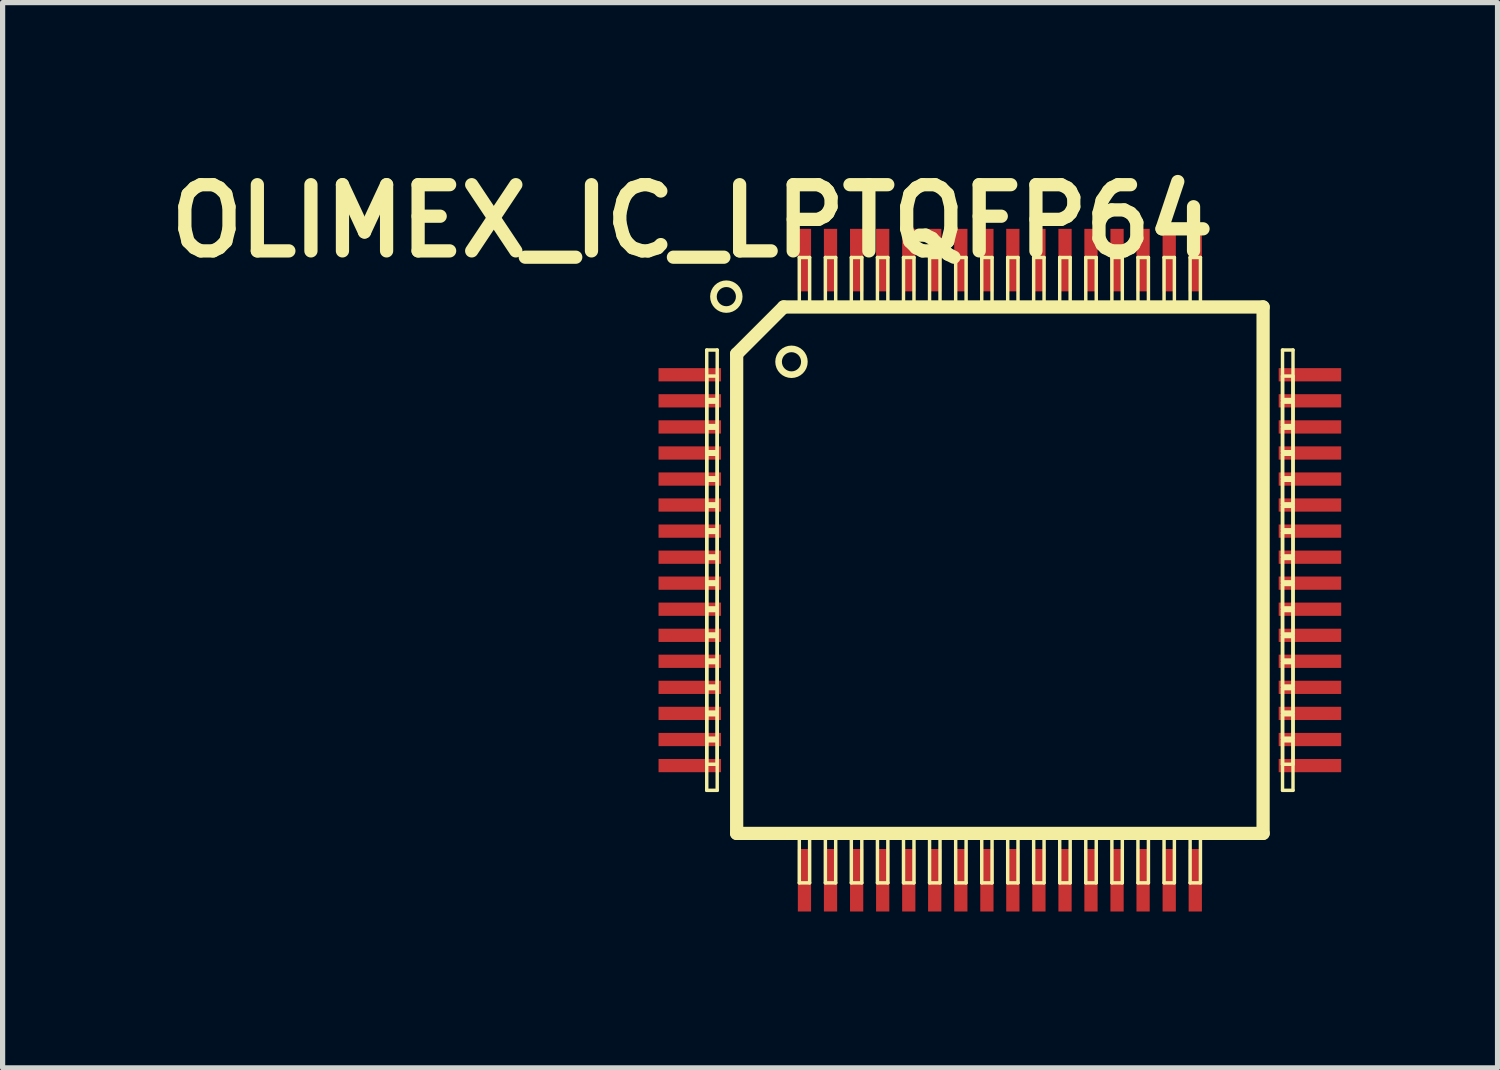
<source format=kicad_pcb>
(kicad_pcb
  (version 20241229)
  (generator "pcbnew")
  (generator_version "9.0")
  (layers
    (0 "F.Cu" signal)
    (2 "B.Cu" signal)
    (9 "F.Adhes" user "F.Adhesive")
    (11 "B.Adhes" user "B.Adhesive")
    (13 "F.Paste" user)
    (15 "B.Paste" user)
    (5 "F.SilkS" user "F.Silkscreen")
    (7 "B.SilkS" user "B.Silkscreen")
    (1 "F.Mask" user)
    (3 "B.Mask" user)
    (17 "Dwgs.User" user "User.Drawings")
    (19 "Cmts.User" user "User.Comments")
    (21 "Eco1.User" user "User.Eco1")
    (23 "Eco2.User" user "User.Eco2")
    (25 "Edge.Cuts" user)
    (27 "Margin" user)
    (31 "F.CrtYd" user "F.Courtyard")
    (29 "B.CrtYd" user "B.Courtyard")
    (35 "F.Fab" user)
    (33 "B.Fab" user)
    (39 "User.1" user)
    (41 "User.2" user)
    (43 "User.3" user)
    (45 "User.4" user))
  (footprint "OLIMEX_IC_LPTQFP64"
    (placed yes)
    (layer "F.Cu")
    (at 16.133 7.889)
    (property "Reference" "OLIMEX_IC_LPTQFP64" (at -5.9 -6.7 0) (layer "F.SilkS") (effects (font (size 1.27 1.27) (thickness 0.254))))
    (attr smd)
    (fp_line (start -5.624 -4.224) (end -5.423 -4.224) (stroke (width 0.066) (type solid)) (layer "F.SilkS"))
    (fp_line (start -5.624 -3.724) (end -5.423 -3.724) (stroke (width 0.066) (type solid)) (layer "F.SilkS"))
    (fp_line (start -5.624 -3.274) (end -5.624 -4.224) (stroke (width 0.066) (type solid)) (layer "F.SilkS"))
    (fp_line (start -5.624 -3.274) (end -5.423 -3.274) (stroke (width 0.066) (type solid)) (layer "F.SilkS"))
    (fp_line (start -5.624 -3.223) (end -5.423 -3.223) (stroke (width 0.066) (type solid)) (layer "F.SilkS"))
    (fp_line (start -5.624 -2.774) (end -5.624 -3.724) (stroke (width 0.066) (type solid)) (layer "F.SilkS"))
    (fp_line (start -5.624 -2.774) (end -5.423 -2.774) (stroke (width 0.066) (type solid)) (layer "F.SilkS"))
    (fp_line (start -5.624 -2.723) (end -5.423 -2.723) (stroke (width 0.066) (type solid)) (layer "F.SilkS"))
    (fp_line (start -5.624 -2.273) (end -5.624 -3.223) (stroke (width 0.066) (type solid)) (layer "F.SilkS"))
    (fp_line (start -5.624 -2.273) (end -5.423 -2.273) (stroke (width 0.066) (type solid)) (layer "F.SilkS"))
    (fp_line (start -5.624 -2.223) (end -5.423 -2.223) (stroke (width 0.066) (type solid)) (layer "F.SilkS"))
    (fp_line (start -5.624 -1.773) (end -5.624 -2.723) (stroke (width 0.066) (type solid)) (layer "F.SilkS"))
    (fp_line (start -5.624 -1.773) (end -5.423 -1.773) (stroke (width 0.066) (type solid)) (layer "F.SilkS"))
    (fp_line (start -5.624 -1.725) (end -5.423 -1.725) (stroke (width 0.066) (type solid)) (layer "F.SilkS"))
    (fp_line (start -5.624 -1.273) (end -5.624 -2.223) (stroke (width 0.066) (type solid)) (layer "F.SilkS"))
    (fp_line (start -5.624 -1.273) (end -5.423 -1.273) (stroke (width 0.066) (type solid)) (layer "F.SilkS"))
    (fp_line (start -5.624 -1.224) (end -5.423 -1.224) (stroke (width 0.066) (type solid)) (layer "F.SilkS"))
    (fp_line (start -5.624 -0.775) (end -5.624 -1.725) (stroke (width 0.066) (type solid)) (layer "F.SilkS"))
    (fp_line (start -5.624 -0.775) (end -5.423 -0.775) (stroke (width 0.066) (type solid)) (layer "F.SilkS"))
    (fp_line (start -5.624 -0.724) (end -5.423 -0.724) (stroke (width 0.066) (type solid)) (layer "F.SilkS"))
    (fp_line (start -5.624 -0.274) (end -5.624 -1.224) (stroke (width 0.066) (type solid)) (layer "F.SilkS"))
    (fp_line (start -5.624 -0.274) (end -5.423 -0.274) (stroke (width 0.066) (type solid)) (layer "F.SilkS"))
    (fp_line (start -5.624 -0.224) (end -5.423 -0.224) (stroke (width 0.066) (type solid)) (layer "F.SilkS"))
    (fp_line (start -5.624 0.224) (end -5.624 -0.724) (stroke (width 0.066) (type solid)) (layer "F.SilkS"))
    (fp_line (start -5.624 0.224) (end -5.423 0.224) (stroke (width 0.066) (type solid)) (layer "F.SilkS"))
    (fp_line (start -5.624 0.274) (end -5.423 0.274) (stroke (width 0.066) (type solid)) (layer "F.SilkS"))
    (fp_line (start -5.624 0.724) (end -5.624 -0.224) (stroke (width 0.066) (type solid)) (layer "F.SilkS"))
    (fp_line (start -5.624 0.724) (end -5.423 0.724) (stroke (width 0.066) (type solid)) (layer "F.SilkS"))
    (fp_line (start -5.624 0.775) (end -5.423 0.775) (stroke (width 0.066) (type solid)) (layer "F.SilkS"))
    (fp_line (start -5.624 1.224) (end -5.624 0.274) (stroke (width 0.066) (type solid)) (layer "F.SilkS"))
    (fp_line (start -5.624 1.224) (end -5.423 1.224) (stroke (width 0.066) (type solid)) (layer "F.SilkS"))
    (fp_line (start -5.624 1.273) (end -5.423 1.273) (stroke (width 0.066) (type solid)) (layer "F.SilkS"))
    (fp_line (start -5.624 1.725) (end -5.624 0.775) (stroke (width 0.066) (type solid)) (layer "F.SilkS"))
    (fp_line (start -5.624 1.725) (end -5.423 1.725) (stroke (width 0.066) (type solid)) (layer "F.SilkS"))
    (fp_line (start -5.624 1.773) (end -5.423 1.773) (stroke (width 0.066) (type solid)) (layer "F.SilkS"))
    (fp_line (start -5.624 2.223) (end -5.624 1.273) (stroke (width 0.066) (type solid)) (layer "F.SilkS"))
    (fp_line (start -5.624 2.223) (end -5.423 2.223) (stroke (width 0.066) (type solid)) (layer "F.SilkS"))
    (fp_line (start -5.624 2.273) (end -5.423 2.273) (stroke (width 0.066) (type solid)) (layer "F.SilkS"))
    (fp_line (start -5.624 2.723) (end -5.624 1.773) (stroke (width 0.066) (type solid)) (layer "F.SilkS"))
    (fp_line (start -5.624 2.723) (end -5.423 2.723) (stroke (width 0.066) (type solid)) (layer "F.SilkS"))
    (fp_line (start -5.624 2.774) (end -5.423 2.774) (stroke (width 0.066) (type solid)) (layer "F.SilkS"))
    (fp_line (start -5.624 3.223) (end -5.624 2.273) (stroke (width 0.066) (type solid)) (layer "F.SilkS"))
    (fp_line (start -5.624 3.223) (end -5.423 3.223) (stroke (width 0.066) (type solid)) (layer "F.SilkS"))
    (fp_line (start -5.624 3.274) (end -5.423 3.274) (stroke (width 0.066) (type solid)) (layer "F.SilkS"))
    (fp_line (start -5.624 3.724) (end -5.624 2.774) (stroke (width 0.066) (type solid)) (layer "F.SilkS"))
    (fp_line (start -5.624 3.724) (end -5.423 3.724) (stroke (width 0.066) (type solid)) (layer "F.SilkS"))
    (fp_line (start -5.624 4.224) (end -5.624 3.274) (stroke (width 0.066) (type solid)) (layer "F.SilkS"))
    (fp_line (start -5.624 4.224) (end -5.423 4.224) (stroke (width 0.066) (type solid)) (layer "F.SilkS"))
    (fp_line (start -5.423 -3.274) (end -5.423 -4.224) (stroke (width 0.066) (type solid)) (layer "F.SilkS"))
    (fp_line (start -5.423 -2.774) (end -5.423 -3.724) (stroke (width 0.066) (type solid)) (layer "F.SilkS"))
    (fp_line (start -5.423 -2.273) (end -5.423 -3.223) (stroke (width 0.066) (type solid)) (layer "F.SilkS"))
    (fp_line (start -5.423 -1.773) (end -5.423 -2.723) (stroke (width 0.066) (type solid)) (layer "F.SilkS"))
    (fp_line (start -5.423 -1.273) (end -5.423 -2.223) (stroke (width 0.066) (type solid)) (layer "F.SilkS"))
    (fp_line (start -5.423 -0.775) (end -5.423 -1.725) (stroke (width 0.066) (type solid)) (layer "F.SilkS"))
    (fp_line (start -5.423 -0.274) (end -5.423 -1.224) (stroke (width 0.066) (type solid)) (layer "F.SilkS"))
    (fp_line (start -5.423 0.224) (end -5.423 -0.724) (stroke (width 0.066) (type solid)) (layer "F.SilkS"))
    (fp_line (start -5.423 0.724) (end -5.423 -0.224) (stroke (width 0.066) (type solid)) (layer "F.SilkS"))
    (fp_line (start -5.423 1.224) (end -5.423 0.274) (stroke (width 0.066) (type solid)) (layer "F.SilkS"))
    (fp_line (start -5.423 1.725) (end -5.423 0.775) (stroke (width 0.066) (type solid)) (layer "F.SilkS"))
    (fp_line (start -5.423 2.223) (end -5.423 1.273) (stroke (width 0.066) (type solid)) (layer "F.SilkS"))
    (fp_line (start -5.423 2.723) (end -5.423 1.773) (stroke (width 0.066) (type solid)) (layer "F.SilkS"))
    (fp_line (start -5.423 3.223) (end -5.423 2.273) (stroke (width 0.066) (type solid)) (layer "F.SilkS"))
    (fp_line (start -5.423 3.724) (end -5.423 2.774) (stroke (width 0.066) (type solid)) (layer "F.SilkS"))
    (fp_line (start -5.423 4.224) (end -5.423 3.274) (stroke (width 0.066) (type solid)) (layer "F.SilkS"))
    (fp_line (start -5.05 -4.148) (end -4.148 -5.05) (stroke (width 0.254) (type solid)) (layer "F.SilkS"))
    (fp_line (start -5.05 5.05) (end -5.05 -4.148) (stroke (width 0.254) (type solid)) (layer "F.SilkS"))
    (fp_line (start -4.148 -5.05) (end 5.05 -5.05) (stroke (width 0.254) (type solid)) (layer "F.SilkS"))
    (fp_line (start -3.848 -5.999) (end -3.65 -5.999) (stroke (width 0.066) (type solid)) (layer "F.SilkS"))
    (fp_line (start -3.848 -5.05) (end -3.848 -5.999) (stroke (width 0.066) (type solid)) (layer "F.SilkS"))
    (fp_line (start -3.848 -5.05) (end -3.65 -5.05) (stroke (width 0.066) (type solid)) (layer "F.SilkS"))
    (fp_line (start -3.848 5.05) (end -3.65 5.05) (stroke (width 0.066) (type solid)) (layer "F.SilkS"))
    (fp_line (start -3.848 5.999) (end -3.848 5.05) (stroke (width 0.066) (type solid)) (layer "F.SilkS"))
    (fp_line (start -3.848 5.999) (end -3.65 5.999) (stroke (width 0.066) (type solid)) (layer "F.SilkS"))
    (fp_line (start -3.65 -5.05) (end -3.65 -5.999) (stroke (width 0.066) (type solid)) (layer "F.SilkS"))
    (fp_line (start -3.65 5.999) (end -3.65 5.05) (stroke (width 0.066) (type solid)) (layer "F.SilkS"))
    (fp_line (start -3.348 -5.999) (end -3.15 -5.999) (stroke (width 0.066) (type solid)) (layer "F.SilkS"))
    (fp_line (start -3.348 -5.05) (end -3.348 -5.999) (stroke (width 0.066) (type solid)) (layer "F.SilkS"))
    (fp_line (start -3.348 -5.05) (end -3.15 -5.05) (stroke (width 0.066) (type solid)) (layer "F.SilkS"))
    (fp_line (start -3.348 5.05) (end -3.15 5.05) (stroke (width 0.066) (type solid)) (layer "F.SilkS"))
    (fp_line (start -3.348 5.999) (end -3.348 5.05) (stroke (width 0.066) (type solid)) (layer "F.SilkS"))
    (fp_line (start -3.348 5.999) (end -3.15 5.999) (stroke (width 0.066) (type solid)) (layer "F.SilkS"))
    (fp_line (start -3.15 -5.05) (end -3.15 -5.999) (stroke (width 0.066) (type solid)) (layer "F.SilkS"))
    (fp_line (start -3.15 5.999) (end -3.15 5.05) (stroke (width 0.066) (type solid)) (layer "F.SilkS"))
    (fp_line (start -2.85 -5.999) (end -2.649 -5.999) (stroke (width 0.066) (type solid)) (layer "F.SilkS"))
    (fp_line (start -2.85 -5.05) (end -2.85 -5.999) (stroke (width 0.066) (type solid)) (layer "F.SilkS"))
    (fp_line (start -2.85 -5.05) (end -2.649 -5.05) (stroke (width 0.066) (type solid)) (layer "F.SilkS"))
    (fp_line (start -2.85 5.05) (end -2.649 5.05) (stroke (width 0.066) (type solid)) (layer "F.SilkS"))
    (fp_line (start -2.85 5.999) (end -2.85 5.05) (stroke (width 0.066) (type solid)) (layer "F.SilkS"))
    (fp_line (start -2.85 5.999) (end -2.649 5.999) (stroke (width 0.066) (type solid)) (layer "F.SilkS"))
    (fp_line (start -2.649 -5.05) (end -2.649 -5.999) (stroke (width 0.066) (type solid)) (layer "F.SilkS"))
    (fp_line (start -2.649 5.999) (end -2.649 5.05) (stroke (width 0.066) (type solid)) (layer "F.SilkS"))
    (fp_line (start -2.349 -5.999) (end -2.149 -5.999) (stroke (width 0.066) (type solid)) (layer "F.SilkS"))
    (fp_line (start -2.349 -5.05) (end -2.349 -5.999) (stroke (width 0.066) (type solid)) (layer "F.SilkS"))
    (fp_line (start -2.349 -5.05) (end -2.149 -5.05) (stroke (width 0.066) (type solid)) (layer "F.SilkS"))
    (fp_line (start -2.349 5.05) (end -2.149 5.05) (stroke (width 0.066) (type solid)) (layer "F.SilkS"))
    (fp_line (start -2.349 5.999) (end -2.349 5.05) (stroke (width 0.066) (type solid)) (layer "F.SilkS"))
    (fp_line (start -2.349 5.999) (end -2.149 5.999) (stroke (width 0.066) (type solid)) (layer "F.SilkS"))
    (fp_line (start -2.149 -5.05) (end -2.149 -5.999) (stroke (width 0.066) (type solid)) (layer "F.SilkS"))
    (fp_line (start -2.149 5.999) (end -2.149 5.05) (stroke (width 0.066) (type solid)) (layer "F.SilkS"))
    (fp_line (start -1.849 -5.999) (end -1.648 -5.999) (stroke (width 0.066) (type solid)) (layer "F.SilkS"))
    (fp_line (start -1.849 -5.05) (end -1.849 -5.999) (stroke (width 0.066) (type solid)) (layer "F.SilkS"))
    (fp_line (start -1.849 -5.05) (end -1.648 -5.05) (stroke (width 0.066) (type solid)) (layer "F.SilkS"))
    (fp_line (start -1.849 5.05) (end -1.648 5.05) (stroke (width 0.066) (type solid)) (layer "F.SilkS"))
    (fp_line (start -1.849 5.999) (end -1.849 5.05) (stroke (width 0.066) (type solid)) (layer "F.SilkS"))
    (fp_line (start -1.849 5.999) (end -1.648 5.999) (stroke (width 0.066) (type solid)) (layer "F.SilkS"))
    (fp_line (start -1.648 -5.05) (end -1.648 -5.999) (stroke (width 0.066) (type solid)) (layer "F.SilkS"))
    (fp_line (start -1.648 5.999) (end -1.648 5.05) (stroke (width 0.066) (type solid)) (layer "F.SilkS"))
    (fp_line (start -1.349 -5.999) (end -1.148 -5.999) (stroke (width 0.066) (type solid)) (layer "F.SilkS"))
    (fp_line (start -1.349 -5.05) (end -1.349 -5.999) (stroke (width 0.066) (type solid)) (layer "F.SilkS"))
    (fp_line (start -1.349 -5.05) (end -1.148 -5.05) (stroke (width 0.066) (type solid)) (layer "F.SilkS"))
    (fp_line (start -1.349 5.05) (end -1.148 5.05) (stroke (width 0.066) (type solid)) (layer "F.SilkS"))
    (fp_line (start -1.349 5.999) (end -1.349 5.05) (stroke (width 0.066) (type solid)) (layer "F.SilkS"))
    (fp_line (start -1.349 5.999) (end -1.148 5.999) (stroke (width 0.066) (type solid)) (layer "F.SilkS"))
    (fp_line (start -1.148 -5.05) (end -1.148 -5.999) (stroke (width 0.066) (type solid)) (layer "F.SilkS"))
    (fp_line (start -1.148 5.999) (end -1.148 5.05) (stroke (width 0.066) (type solid)) (layer "F.SilkS"))
    (fp_line (start -0.848 -5.999) (end -0.648 -5.999) (stroke (width 0.066) (type solid)) (layer "F.SilkS"))
    (fp_line (start -0.848 -5.05) (end -0.848 -5.999) (stroke (width 0.066) (type solid)) (layer "F.SilkS"))
    (fp_line (start -0.848 -5.05) (end -0.648 -5.05) (stroke (width 0.066) (type solid)) (layer "F.SilkS"))
    (fp_line (start -0.848 5.05) (end -0.648 5.05) (stroke (width 0.066) (type solid)) (layer "F.SilkS"))
    (fp_line (start -0.848 5.999) (end -0.848 5.05) (stroke (width 0.066) (type solid)) (layer "F.SilkS"))
    (fp_line (start -0.848 5.999) (end -0.648 5.999) (stroke (width 0.066) (type solid)) (layer "F.SilkS"))
    (fp_line (start -0.648 -5.05) (end -0.648 -5.999) (stroke (width 0.066) (type solid)) (layer "F.SilkS"))
    (fp_line (start -0.648 5.999) (end -0.648 5.05) (stroke (width 0.066) (type solid)) (layer "F.SilkS"))
    (fp_line (start -0.348 -5.999) (end -0.15 -5.999) (stroke (width 0.066) (type solid)) (layer "F.SilkS"))
    (fp_line (start -0.348 -5.05) (end -0.348 -5.999) (stroke (width 0.066) (type solid)) (layer "F.SilkS"))
    (fp_line (start -0.348 -5.05) (end -0.15 -5.05) (stroke (width 0.066) (type solid)) (layer "F.SilkS"))
    (fp_line (start -0.348 5.05) (end -0.15 5.05) (stroke (width 0.066) (type solid)) (layer "F.SilkS"))
    (fp_line (start -0.348 5.999) (end -0.348 5.05) (stroke (width 0.066) (type solid)) (layer "F.SilkS"))
    (fp_line (start -0.348 5.999) (end -0.15 5.999) (stroke (width 0.066) (type solid)) (layer "F.SilkS"))
    (fp_line (start -0.15 -5.05) (end -0.15 -5.999) (stroke (width 0.066) (type solid)) (layer "F.SilkS"))
    (fp_line (start -0.15 5.999) (end -0.15 5.05) (stroke (width 0.066) (type solid)) (layer "F.SilkS"))
    (fp_line (start 0.15 -5.999) (end 0.348 -5.999) (stroke (width 0.066) (type solid)) (layer "F.SilkS"))
    (fp_line (start 0.15 -5.05) (end 0.15 -5.999) (stroke (width 0.066) (type solid)) (layer "F.SilkS"))
    (fp_line (start 0.15 -5.05) (end 0.348 -5.05) (stroke (width 0.066) (type solid)) (layer "F.SilkS"))
    (fp_line (start 0.15 5.05) (end 0.348 5.05) (stroke (width 0.066) (type solid)) (layer "F.SilkS"))
    (fp_line (start 0.15 5.999) (end 0.15 5.05) (stroke (width 0.066) (type solid)) (layer "F.SilkS"))
    (fp_line (start 0.15 5.999) (end 0.348 5.999) (stroke (width 0.066) (type solid)) (layer "F.SilkS"))
    (fp_line (start 0.348 -5.05) (end 0.348 -5.999) (stroke (width 0.066) (type solid)) (layer "F.SilkS"))
    (fp_line (start 0.348 5.999) (end 0.348 5.05) (stroke (width 0.066) (type solid)) (layer "F.SilkS"))
    (fp_line (start 0.648 -5.999) (end 0.848 -5.999) (stroke (width 0.066) (type solid)) (layer "F.SilkS"))
    (fp_line (start 0.648 -5.05) (end 0.648 -5.999) (stroke (width 0.066) (type solid)) (layer "F.SilkS"))
    (fp_line (start 0.648 -5.05) (end 0.848 -5.05) (stroke (width 0.066) (type solid)) (layer "F.SilkS"))
    (fp_line (start 0.648 5.05) (end 0.848 5.05) (stroke (width 0.066) (type solid)) (layer "F.SilkS"))
    (fp_line (start 0.648 5.999) (end 0.648 5.05) (stroke (width 0.066) (type solid)) (layer "F.SilkS"))
    (fp_line (start 0.648 5.999) (end 0.848 5.999) (stroke (width 0.066) (type solid)) (layer "F.SilkS"))
    (fp_line (start 0.848 -5.05) (end 0.848 -5.999) (stroke (width 0.066) (type solid)) (layer "F.SilkS"))
    (fp_line (start 0.848 5.999) (end 0.848 5.05) (stroke (width 0.066) (type solid)) (layer "F.SilkS"))
    (fp_line (start 1.148 -5.999) (end 1.349 -5.999) (stroke (width 0.066) (type solid)) (layer "F.SilkS"))
    (fp_line (start 1.148 -5.05) (end 1.148 -5.999) (stroke (width 0.066) (type solid)) (layer "F.SilkS"))
    (fp_line (start 1.148 -5.05) (end 1.349 -5.05) (stroke (width 0.066) (type solid)) (layer "F.SilkS"))
    (fp_line (start 1.148 5.05) (end 1.349 5.05) (stroke (width 0.066) (type solid)) (layer "F.SilkS"))
    (fp_line (start 1.148 5.999) (end 1.148 5.05) (stroke (width 0.066) (type solid)) (layer "F.SilkS"))
    (fp_line (start 1.148 5.999) (end 1.349 5.999) (stroke (width 0.066) (type solid)) (layer "F.SilkS"))
    (fp_line (start 1.349 -5.05) (end 1.349 -5.999) (stroke (width 0.066) (type solid)) (layer "F.SilkS"))
    (fp_line (start 1.349 5.999) (end 1.349 5.05) (stroke (width 0.066) (type solid)) (layer "F.SilkS"))
    (fp_line (start 1.648 -5.999) (end 1.849 -5.999) (stroke (width 0.066) (type solid)) (layer "F.SilkS"))
    (fp_line (start 1.648 -5.05) (end 1.648 -5.999) (stroke (width 0.066) (type solid)) (layer "F.SilkS"))
    (fp_line (start 1.648 -5.05) (end 1.849 -5.05) (stroke (width 0.066) (type solid)) (layer "F.SilkS"))
    (fp_line (start 1.648 5.05) (end 1.849 5.05) (stroke (width 0.066) (type solid)) (layer "F.SilkS"))
    (fp_line (start 1.648 5.999) (end 1.648 5.05) (stroke (width 0.066) (type solid)) (layer "F.SilkS"))
    (fp_line (start 1.648 5.999) (end 1.849 5.999) (stroke (width 0.066) (type solid)) (layer "F.SilkS"))
    (fp_line (start 1.849 -5.05) (end 1.849 -5.999) (stroke (width 0.066) (type solid)) (layer "F.SilkS"))
    (fp_line (start 1.849 5.999) (end 1.849 5.05) (stroke (width 0.066) (type solid)) (layer "F.SilkS"))
    (fp_line (start 2.149 -5.999) (end 2.349 -5.999) (stroke (width 0.066) (type solid)) (layer "F.SilkS"))
    (fp_line (start 2.149 -5.05) (end 2.149 -5.999) (stroke (width 0.066) (type solid)) (layer "F.SilkS"))
    (fp_line (start 2.149 -5.05) (end 2.349 -5.05) (stroke (width 0.066) (type solid)) (layer "F.SilkS"))
    (fp_line (start 2.149 5.05) (end 2.349 5.05) (stroke (width 0.066) (type solid)) (layer "F.SilkS"))
    (fp_line (start 2.149 5.999) (end 2.149 5.05) (stroke (width 0.066) (type solid)) (layer "F.SilkS"))
    (fp_line (start 2.149 5.999) (end 2.349 5.999) (stroke (width 0.066) (type solid)) (layer "F.SilkS"))
    (fp_line (start 2.349 -5.05) (end 2.349 -5.999) (stroke (width 0.066) (type solid)) (layer "F.SilkS"))
    (fp_line (start 2.349 5.999) (end 2.349 5.05) (stroke (width 0.066) (type solid)) (layer "F.SilkS"))
    (fp_line (start 2.649 -5.999) (end 2.85 -5.999) (stroke (width 0.066) (type solid)) (layer "F.SilkS"))
    (fp_line (start 2.649 -5.05) (end 2.649 -5.999) (stroke (width 0.066) (type solid)) (layer "F.SilkS"))
    (fp_line (start 2.649 -5.05) (end 2.85 -5.05) (stroke (width 0.066) (type solid)) (layer "F.SilkS"))
    (fp_line (start 2.649 5.05) (end 2.85 5.05) (stroke (width 0.066) (type solid)) (layer "F.SilkS"))
    (fp_line (start 2.649 5.999) (end 2.649 5.05) (stroke (width 0.066) (type solid)) (layer "F.SilkS"))
    (fp_line (start 2.649 5.999) (end 2.85 5.999) (stroke (width 0.066) (type solid)) (layer "F.SilkS"))
    (fp_line (start 2.85 -5.05) (end 2.85 -5.999) (stroke (width 0.066) (type solid)) (layer "F.SilkS"))
    (fp_line (start 2.85 5.999) (end 2.85 5.05) (stroke (width 0.066) (type solid)) (layer "F.SilkS"))
    (fp_line (start 3.15 -5.999) (end 3.348 -5.999) (stroke (width 0.066) (type solid)) (layer "F.SilkS"))
    (fp_line (start 3.15 -5.05) (end 3.15 -5.999) (stroke (width 0.066) (type solid)) (layer "F.SilkS"))
    (fp_line (start 3.15 -5.05) (end 3.348 -5.05) (stroke (width 0.066) (type solid)) (layer "F.SilkS"))
    (fp_line (start 3.15 5.05) (end 3.348 5.05) (stroke (width 0.066) (type solid)) (layer "F.SilkS"))
    (fp_line (start 3.15 5.999) (end 3.15 5.05) (stroke (width 0.066) (type solid)) (layer "F.SilkS"))
    (fp_line (start 3.15 5.999) (end 3.348 5.999) (stroke (width 0.066) (type solid)) (layer "F.SilkS"))
    (fp_line (start 3.348 -5.05) (end 3.348 -5.999) (stroke (width 0.066) (type solid)) (layer "F.SilkS"))
    (fp_line (start 3.348 5.999) (end 3.348 5.05) (stroke (width 0.066) (type solid)) (layer "F.SilkS"))
    (fp_line (start 3.65 -5.999) (end 3.848 -5.999) (stroke (width 0.066) (type solid)) (layer "F.SilkS"))
    (fp_line (start 3.65 -5.05) (end 3.65 -5.999) (stroke (width 0.066) (type solid)) (layer "F.SilkS"))
    (fp_line (start 3.65 -5.05) (end 3.848 -5.05) (stroke (width 0.066) (type solid)) (layer "F.SilkS"))
    (fp_line (start 3.65 5.05) (end 3.848 5.05) (stroke (width 0.066) (type solid)) (layer "F.SilkS"))
    (fp_line (start 3.65 5.999) (end 3.65 5.05) (stroke (width 0.066) (type solid)) (layer "F.SilkS"))
    (fp_line (start 3.65 5.999) (end 3.848 5.999) (stroke (width 0.066) (type solid)) (layer "F.SilkS"))
    (fp_line (start 3.848 -5.05) (end 3.848 -5.999) (stroke (width 0.066) (type solid)) (layer "F.SilkS"))
    (fp_line (start 3.848 5.999) (end 3.848 5.05) (stroke (width 0.066) (type solid)) (layer "F.SilkS"))
    (fp_line (start 5.05 -5.05) (end 5.05 5.05) (stroke (width 0.254) (type solid)) (layer "F.SilkS"))
    (fp_line (start 5.05 5.05) (end -5.05 5.05) (stroke (width 0.254) (type solid)) (layer "F.SilkS"))
    (fp_line (start 5.423 -4.224) (end 5.624 -4.224) (stroke (width 0.066) (type solid)) (layer "F.SilkS"))
    (fp_line (start 5.423 -3.724) (end 5.624 -3.724) (stroke (width 0.066) (type solid)) (layer "F.SilkS"))
    (fp_line (start 5.423 -3.274) (end 5.423 -4.224) (stroke (width 0.066) (type solid)) (layer "F.SilkS"))
    (fp_line (start 5.423 -3.274) (end 5.624 -3.274) (stroke (width 0.066) (type solid)) (layer "F.SilkS"))
    (fp_line (start 5.423 -3.223) (end 5.624 -3.223) (stroke (width 0.066) (type solid)) (layer "F.SilkS"))
    (fp_line (start 5.423 -2.774) (end 5.423 -3.724) (stroke (width 0.066) (type solid)) (layer "F.SilkS"))
    (fp_line (start 5.423 -2.774) (end 5.624 -2.774) (stroke (width 0.066) (type solid)) (layer "F.SilkS"))
    (fp_line (start 5.423 -2.723) (end 5.624 -2.723) (stroke (width 0.066) (type solid)) (layer "F.SilkS"))
    (fp_line (start 5.423 -2.273) (end 5.423 -3.223) (stroke (width 0.066) (type solid)) (layer "F.SilkS"))
    (fp_line (start 5.423 -2.273) (end 5.624 -2.273) (stroke (width 0.066) (type solid)) (layer "F.SilkS"))
    (fp_line (start 5.423 -2.223) (end 5.624 -2.223) (stroke (width 0.066) (type solid)) (layer "F.SilkS"))
    (fp_line (start 5.423 -1.773) (end 5.423 -2.723) (stroke (width 0.066) (type solid)) (layer "F.SilkS"))
    (fp_line (start 5.423 -1.773) (end 5.624 -1.773) (stroke (width 0.066) (type solid)) (layer "F.SilkS"))
    (fp_line (start 5.423 -1.725) (end 5.624 -1.725) (stroke (width 0.066) (type solid)) (layer "F.SilkS"))
    (fp_line (start 5.423 -1.273) (end 5.423 -2.223) (stroke (width 0.066) (type solid)) (layer "F.SilkS"))
    (fp_line (start 5.423 -1.273) (end 5.624 -1.273) (stroke (width 0.066) (type solid)) (layer "F.SilkS"))
    (fp_line (start 5.423 -1.224) (end 5.624 -1.224) (stroke (width 0.066) (type solid)) (layer "F.SilkS"))
    (fp_line (start 5.423 -0.775) (end 5.423 -1.725) (stroke (width 0.066) (type solid)) (layer "F.SilkS"))
    (fp_line (start 5.423 -0.775) (end 5.624 -0.775) (stroke (width 0.066) (type solid)) (layer "F.SilkS"))
    (fp_line (start 5.423 -0.724) (end 5.624 -0.724) (stroke (width 0.066) (type solid)) (layer "F.SilkS"))
    (fp_line (start 5.423 -0.274) (end 5.423 -1.224) (stroke (width 0.066) (type solid)) (layer "F.SilkS"))
    (fp_line (start 5.423 -0.274) (end 5.624 -0.274) (stroke (width 0.066) (type solid)) (layer "F.SilkS"))
    (fp_line (start 5.423 -0.224) (end 5.624 -0.224) (stroke (width 0.066) (type solid)) (layer "F.SilkS"))
    (fp_line (start 5.423 0.224) (end 5.423 -0.724) (stroke (width 0.066) (type solid)) (layer "F.SilkS"))
    (fp_line (start 5.423 0.224) (end 5.624 0.224) (stroke (width 0.066) (type solid)) (layer "F.SilkS"))
    (fp_line (start 5.423 0.274) (end 5.624 0.274) (stroke (width 0.066) (type solid)) (layer "F.SilkS"))
    (fp_line (start 5.423 0.724) (end 5.423 -0.224) (stroke (width 0.066) (type solid)) (layer "F.SilkS"))
    (fp_line (start 5.423 0.724) (end 5.624 0.724) (stroke (width 0.066) (type solid)) (layer "F.SilkS"))
    (fp_line (start 5.423 0.775) (end 5.624 0.775) (stroke (width 0.066) (type solid)) (layer "F.SilkS"))
    (fp_line (start 5.423 1.224) (end 5.423 0.274) (stroke (width 0.066) (type solid)) (layer "F.SilkS"))
    (fp_line (start 5.423 1.224) (end 5.624 1.224) (stroke (width 0.066) (type solid)) (layer "F.SilkS"))
    (fp_line (start 5.423 1.273) (end 5.624 1.273) (stroke (width 0.066) (type solid)) (layer "F.SilkS"))
    (fp_line (start 5.423 1.725) (end 5.423 0.775) (stroke (width 0.066) (type solid)) (layer "F.SilkS"))
    (fp_line (start 5.423 1.725) (end 5.624 1.725) (stroke (width 0.066) (type solid)) (layer "F.SilkS"))
    (fp_line (start 5.423 1.773) (end 5.624 1.773) (stroke (width 0.066) (type solid)) (layer "F.SilkS"))
    (fp_line (start 5.423 2.223) (end 5.423 1.273) (stroke (width 0.066) (type solid)) (layer "F.SilkS"))
    (fp_line (start 5.423 2.223) (end 5.624 2.223) (stroke (width 0.066) (type solid)) (layer "F.SilkS"))
    (fp_line (start 5.423 2.273) (end 5.624 2.273) (stroke (width 0.066) (type solid)) (layer "F.SilkS"))
    (fp_line (start 5.423 2.723) (end 5.423 1.773) (stroke (width 0.066) (type solid)) (layer "F.SilkS"))
    (fp_line (start 5.423 2.723) (end 5.624 2.723) (stroke (width 0.066) (type solid)) (layer "F.SilkS"))
    (fp_line (start 5.423 2.774) (end 5.624 2.774) (stroke (width 0.066) (type solid)) (layer "F.SilkS"))
    (fp_line (start 5.423 3.223) (end 5.423 2.273) (stroke (width 0.066) (type solid)) (layer "F.SilkS"))
    (fp_line (start 5.423 3.223) (end 5.624 3.223) (stroke (width 0.066) (type solid)) (layer "F.SilkS"))
    (fp_line (start 5.423 3.274) (end 5.624 3.274) (stroke (width 0.066) (type solid)) (layer "F.SilkS"))
    (fp_line (start 5.423 3.724) (end 5.423 2.774) (stroke (width 0.066) (type solid)) (layer "F.SilkS"))
    (fp_line (start 5.423 3.724) (end 5.624 3.724) (stroke (width 0.066) (type solid)) (layer "F.SilkS"))
    (fp_line (start 5.423 4.224) (end 5.423 3.274) (stroke (width 0.066) (type solid)) (layer "F.SilkS"))
    (fp_line (start 5.423 4.224) (end 5.624 4.224) (stroke (width 0.066) (type solid)) (layer "F.SilkS"))
    (fp_line (start 5.624 -3.274) (end 5.624 -4.224) (stroke (width 0.066) (type solid)) (layer "F.SilkS"))
    (fp_line (start 5.624 -2.774) (end 5.624 -3.724) (stroke (width 0.066) (type solid)) (layer "F.SilkS"))
    (fp_line (start 5.624 -2.273) (end 5.624 -3.223) (stroke (width 0.066) (type solid)) (layer "F.SilkS"))
    (fp_line (start 5.624 -1.773) (end 5.624 -2.723) (stroke (width 0.066) (type solid)) (layer "F.SilkS"))
    (fp_line (start 5.624 -1.273) (end 5.624 -2.223) (stroke (width 0.066) (type solid)) (layer "F.SilkS"))
    (fp_line (start 5.624 -0.775) (end 5.624 -1.725) (stroke (width 0.066) (type solid)) (layer "F.SilkS"))
    (fp_line (start 5.624 -0.274) (end 5.624 -1.224) (stroke (width 0.066) (type solid)) (layer "F.SilkS"))
    (fp_line (start 5.624 0.224) (end 5.624 -0.724) (stroke (width 0.066) (type solid)) (layer "F.SilkS"))
    (fp_line (start 5.624 0.724) (end 5.624 -0.224) (stroke (width 0.066) (type solid)) (layer "F.SilkS"))
    (fp_line (start 5.624 1.224) (end 5.624 0.274) (stroke (width 0.066) (type solid)) (layer "F.SilkS"))
    (fp_line (start 5.624 1.725) (end 5.624 0.775) (stroke (width 0.066) (type solid)) (layer "F.SilkS"))
    (fp_line (start 5.624 2.223) (end 5.624 1.273) (stroke (width 0.066) (type solid)) (layer "F.SilkS"))
    (fp_line (start 5.624 2.723) (end 5.624 1.773) (stroke (width 0.066) (type solid)) (layer "F.SilkS"))
    (fp_line (start 5.624 3.223) (end 5.624 2.273) (stroke (width 0.066) (type solid)) (layer "F.SilkS"))
    (fp_line (start 5.624 3.724) (end 5.624 2.774) (stroke (width 0.066) (type solid)) (layer "F.SilkS"))
    (fp_line (start 5.624 4.224) (end 5.624 3.274) (stroke (width 0.066) (type solid)) (layer "F.SilkS"))
    (fp_circle (center -5.248 -5.248) (end -5.423 -5.423) (stroke (width 0.127) (type solid)) (fill no) (layer "F.SilkS"))
    (fp_circle (center -3.998 -3.998) (end -4.173 -4.173) (stroke (width 0.127) (type solid)) (fill no) (layer "F.SilkS"))
    (pad "1" smd rect (at -5.949 -3.749) (size 1.199 0.254) (layers "F.Cu" "F.Mask" "F.Paste"))
    (pad "2" smd rect (at -5.949 -3.249) (size 1.199 0.254) (layers "F.Cu" "F.Mask" "F.Paste"))
    (pad "3" smd rect (at -5.949 -2.748) (size 1.199 0.254) (layers "F.Cu" "F.Mask" "F.Paste"))
    (pad "4" smd rect (at -5.949 -2.248) (size 1.199 0.254) (layers "F.Cu" "F.Mask" "F.Paste"))
    (pad "5" smd rect (at -5.949 -1.748) (size 1.199 0.254) (layers "F.Cu" "F.Mask" "F.Paste"))
    (pad "6" smd rect (at -5.949 -1.25) (size 1.199 0.254) (layers "F.Cu" "F.Mask" "F.Paste"))
    (pad "7" smd rect (at -5.949 -0.749) (size 1.199 0.254) (layers "F.Cu" "F.Mask" "F.Paste"))
    (pad "8" smd rect (at -5.949 -0.249) (size 1.199 0.254) (layers "F.Cu" "F.Mask" "F.Paste"))
    (pad "9" smd rect (at -5.949 0.249) (size 1.199 0.254) (layers "F.Cu" "F.Mask" "F.Paste"))
    (pad "10" smd rect (at -5.949 0.749) (size 1.199 0.254) (layers "F.Cu" "F.Mask" "F.Paste"))
    (pad "11" smd rect (at -5.949 1.25) (size 1.199 0.254) (layers "F.Cu" "F.Mask" "F.Paste"))
    (pad "12" smd rect (at -5.949 1.748) (size 1.199 0.254) (layers "F.Cu" "F.Mask" "F.Paste"))
    (pad "13" smd rect (at -5.949 2.248) (size 1.199 0.254) (layers "F.Cu" "F.Mask" "F.Paste"))
    (pad "14" smd rect (at -5.949 2.748) (size 1.199 0.254) (layers "F.Cu" "F.Mask" "F.Paste"))
    (pad "15" smd rect (at -5.949 3.249) (size 1.199 0.254) (layers "F.Cu" "F.Mask" "F.Paste"))
    (pad "16" smd rect (at -5.949 3.749) (size 1.199 0.254) (layers "F.Cu" "F.Mask" "F.Paste"))
    (pad "17" smd rect (at -3.749 5.949) (size 0.254 1.199) (layers "F.Cu" "F.Mask" "F.Paste"))
    (pad "18" smd rect (at -3.249 5.949) (size 0.254 1.199) (layers "F.Cu" "F.Mask" "F.Paste"))
    (pad "19" smd rect (at -2.748 5.949) (size 0.254 1.199) (layers "F.Cu" "F.Mask" "F.Paste"))
    (pad "20" smd rect (at -2.248 5.949) (size 0.254 1.199) (layers "F.Cu" "F.Mask" "F.Paste"))
    (pad "21" smd rect (at -1.748 5.949) (size 0.254 1.199) (layers "F.Cu" "F.Mask" "F.Paste"))
    (pad "22" smd rect (at -1.25 5.949) (size 0.254 1.199) (layers "F.Cu" "F.Mask" "F.Paste"))
    (pad "23" smd rect (at -0.749 5.949) (size 0.254 1.199) (layers "F.Cu" "F.Mask" "F.Paste"))
    (pad "24" smd rect (at -0.249 5.949) (size 0.254 1.199) (layers "F.Cu" "F.Mask" "F.Paste"))
    (pad "25" smd rect (at 0.249 5.949) (size 0.254 1.199) (layers "F.Cu" "F.Mask" "F.Paste"))
    (pad "26" smd rect (at 0.749 5.949) (size 0.254 1.199) (layers "F.Cu" "F.Mask" "F.Paste"))
    (pad "27" smd rect (at 1.25 5.949) (size 0.254 1.199) (layers "F.Cu" "F.Mask" "F.Paste"))
    (pad "28" smd rect (at 1.748 5.949) (size 0.254 1.199) (layers "F.Cu" "F.Mask" "F.Paste"))
    (pad "29" smd rect (at 2.248 5.949) (size 0.254 1.199) (layers "F.Cu" "F.Mask" "F.Paste"))
    (pad "30" smd rect (at 2.748 5.949) (size 0.254 1.199) (layers "F.Cu" "F.Mask" "F.Paste"))
    (pad "31" smd rect (at 3.249 5.949) (size 0.254 1.199) (layers "F.Cu" "F.Mask" "F.Paste"))
    (pad "32" smd rect (at 3.749 5.949) (size 0.254 1.199) (layers "F.Cu" "F.Mask" "F.Paste"))
    (pad "33" smd rect (at 5.949 3.749) (size 1.199 0.254) (layers "F.Cu" "F.Mask" "F.Paste"))
    (pad "34" smd rect (at 5.949 3.249) (size 1.199 0.254) (layers "F.Cu" "F.Mask" "F.Paste"))
    (pad "35" smd rect (at 5.949 2.748) (size 1.199 0.254) (layers "F.Cu" "F.Mask" "F.Paste"))
    (pad "36" smd rect (at 5.949 2.248) (size 1.199 0.254) (layers "F.Cu" "F.Mask" "F.Paste"))
    (pad "37" smd rect (at 5.949 1.748) (size 1.199 0.254) (layers "F.Cu" "F.Mask" "F.Paste"))
    (pad "38" smd rect (at 5.949 1.25) (size 1.199 0.254) (layers "F.Cu" "F.Mask" "F.Paste"))
    (pad "39" smd rect (at 5.949 0.749) (size 1.199 0.254) (layers "F.Cu" "F.Mask" "F.Paste"))
    (pad "40" smd rect (at 5.949 0.249) (size 1.199 0.254) (layers "F.Cu" "F.Mask" "F.Paste"))
    (pad "41" smd rect (at 5.949 -0.249) (size 1.199 0.254) (layers "F.Cu" "F.Mask" "F.Paste"))
    (pad "42" smd rect (at 5.949 -0.749) (size 1.199 0.254) (layers "F.Cu" "F.Mask" "F.Paste"))
    (pad "43" smd rect (at 5.949 -1.25) (size 1.199 0.254) (layers "F.Cu" "F.Mask" "F.Paste"))
    (pad "44" smd rect (at 5.949 -1.748) (size 1.199 0.254) (layers "F.Cu" "F.Mask" "F.Paste"))
    (pad "45" smd rect (at 5.949 -2.248) (size 1.199 0.254) (layers "F.Cu" "F.Mask" "F.Paste"))
    (pad "46" smd rect (at 5.949 -2.748) (size 1.199 0.254) (layers "F.Cu" "F.Mask" "F.Paste"))
    (pad "47" smd rect (at 5.949 -3.249) (size 1.199 0.254) (layers "F.Cu" "F.Mask" "F.Paste"))
    (pad "48" smd rect (at 5.949 -3.749) (size 1.199 0.254) (layers "F.Cu" "F.Mask" "F.Paste"))
    (pad "49" smd rect (at 3.749 -5.949) (size 0.254 1.199) (layers "F.Cu" "F.Mask" "F.Paste"))
    (pad "50" smd rect (at 3.249 -5.949) (size 0.254 1.199) (layers "F.Cu" "F.Mask" "F.Paste"))
    (pad "51" smd rect (at 2.748 -5.949) (size 0.254 1.199) (layers "F.Cu" "F.Mask" "F.Paste"))
    (pad "52" smd rect (at 2.248 -5.949) (size 0.254 1.199) (layers "F.Cu" "F.Mask" "F.Paste"))
    (pad "53" smd rect (at 1.748 -5.949) (size 0.254 1.199) (layers "F.Cu" "F.Mask" "F.Paste"))
    (pad "54" smd rect (at 1.25 -5.949) (size 0.254 1.199) (layers "F.Cu" "F.Mask" "F.Paste"))
    (pad "55" smd rect (at 0.749 -5.949) (size 0.254 1.199) (layers "F.Cu" "F.Mask" "F.Paste"))
    (pad "56" smd rect (at 0.249 -5.949) (size 0.254 1.199) (layers "F.Cu" "F.Mask" "F.Paste"))
    (pad "57" smd rect (at -0.249 -5.949) (size 0.254 1.199) (layers "F.Cu" "F.Mask" "F.Paste"))
    (pad "58" smd rect (at -0.749 -5.949) (size 0.254 1.199) (layers "F.Cu" "F.Mask" "F.Paste"))
    (pad "59" smd rect (at -1.25 -5.949) (size 0.254 1.199) (layers "F.Cu" "F.Mask" "F.Paste"))
    (pad "60" smd rect (at -1.748 -5.949) (size 0.254 1.199) (layers "F.Cu" "F.Mask" "F.Paste"))
    (pad "61" smd rect (at -2.248 -5.949) (size 0.254 1.199) (layers "F.Cu" "F.Mask" "F.Paste"))
    (pad "62" smd rect (at -2.748 -5.949) (size 0.254 1.199) (layers "F.Cu" "F.Mask" "F.Paste"))
    (pad "63" smd rect (at -3.249 -5.949) (size 0.254 1.199) (layers "F.Cu" "F.Mask" "F.Paste"))
    (pad "64" smd rect (at -3.749 -5.949) (size 0.254 1.199) (layers "F.Cu" "F.Mask" "F.Paste")))
  (gr_rect
    (start -3 -3)
    (end 25.681 17.437)
    (stroke (width 0.1) (type default))
    (fill no)
    (layer "Edge.Cuts")))
</source>
